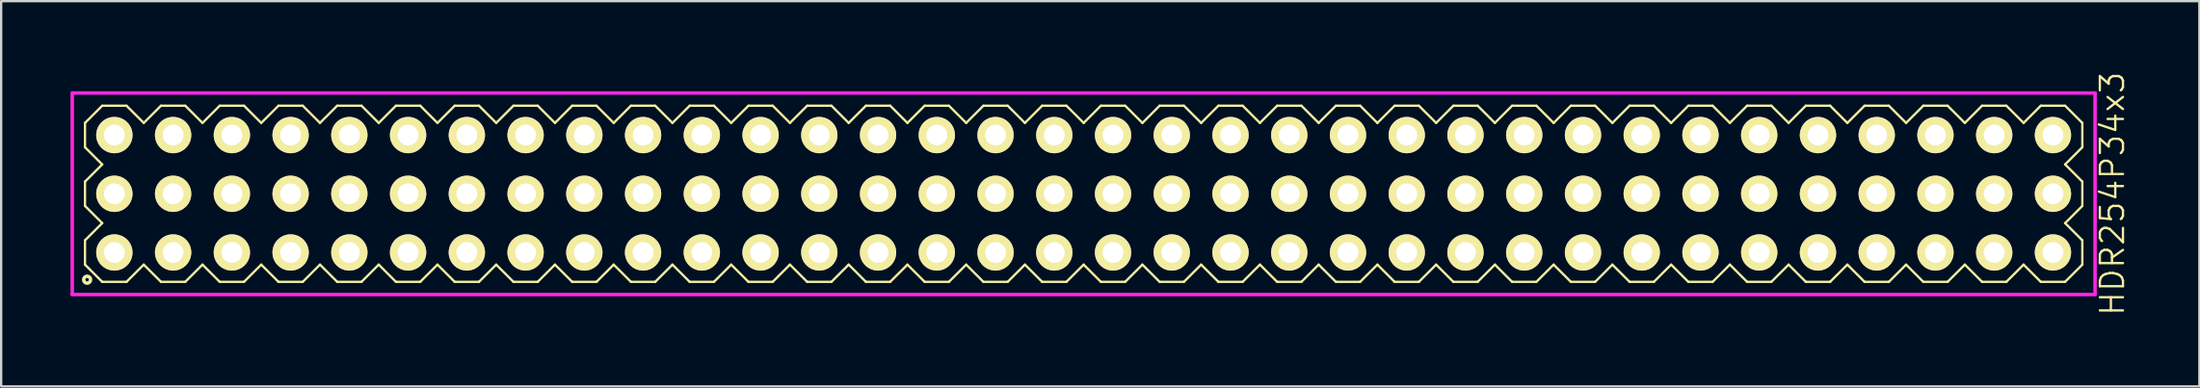
<source format=kicad_pcb>
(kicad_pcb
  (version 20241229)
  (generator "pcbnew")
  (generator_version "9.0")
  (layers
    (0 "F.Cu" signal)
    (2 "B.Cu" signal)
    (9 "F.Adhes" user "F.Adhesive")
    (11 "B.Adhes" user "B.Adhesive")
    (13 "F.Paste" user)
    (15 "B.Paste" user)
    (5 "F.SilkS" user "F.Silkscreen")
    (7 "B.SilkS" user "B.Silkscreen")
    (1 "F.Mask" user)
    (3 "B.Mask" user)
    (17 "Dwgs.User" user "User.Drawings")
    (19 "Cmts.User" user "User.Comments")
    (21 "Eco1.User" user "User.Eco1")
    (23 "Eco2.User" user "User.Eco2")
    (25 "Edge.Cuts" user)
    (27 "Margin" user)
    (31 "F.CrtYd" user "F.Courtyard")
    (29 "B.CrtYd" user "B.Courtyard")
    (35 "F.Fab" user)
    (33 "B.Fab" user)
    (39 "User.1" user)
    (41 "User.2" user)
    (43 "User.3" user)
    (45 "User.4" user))
  (footprint "HDR254P34x3"
    (layer "F.Cu")
    (at 43.805 5.336)
    (property "Reference" "HDR254P34x3" (at 44.48 0 90) (layer "F.SilkS") (effects (font (size 1 1) (thickness 0.1))))
    (attr through_hole)
    (fp_line (start -43.18 -3.066) (end -42.436 -3.81) (stroke (width 0.1) (type solid)) (layer "F.SilkS"))
    (fp_line (start -43.18 -2.014) (end -43.18 -3.066) (stroke (width 0.1) (type solid)) (layer "F.SilkS"))
    (fp_line (start -43.18 -0.526) (end -42.436 -1.27) (stroke (width 0.1) (type solid)) (layer "F.SilkS"))
    (fp_line (start -43.18 0.526) (end -43.18 -0.526) (stroke (width 0.1) (type solid)) (layer "F.SilkS"))
    (fp_line (start -43.18 2.014) (end -42.436 1.27) (stroke (width 0.1) (type solid)) (layer "F.SilkS"))
    (fp_line (start -43.18 3.066) (end -43.18 2.014) (stroke (width 0.1) (type solid)) (layer "F.SilkS"))
    (fp_line (start -42.436 -3.81) (end -41.384 -3.81) (stroke (width 0.1) (type solid)) (layer "F.SilkS"))
    (fp_line (start -42.436 -1.27) (end -43.18 -2.014) (stroke (width 0.1) (type solid)) (layer "F.SilkS"))
    (fp_line (start -42.436 1.27) (end -43.18 0.526) (stroke (width 0.1) (type solid)) (layer "F.SilkS"))
    (fp_line (start -42.436 3.81) (end -43.18 3.066) (stroke (width 0.1) (type solid)) (layer "F.SilkS"))
    (fp_line (start -41.384 -3.81) (end -40.64 -3.066) (stroke (width 0.1) (type solid)) (layer "F.SilkS"))
    (fp_line (start -41.384 3.81) (end -42.436 3.81) (stroke (width 0.1) (type solid)) (layer "F.SilkS"))
    (fp_line (start -40.64 -3.066) (end -39.896 -3.81) (stroke (width 0.1) (type solid)) (layer "F.SilkS"))
    (fp_line (start -40.64 3.066) (end -41.384 3.81) (stroke (width 0.1) (type solid)) (layer "F.SilkS"))
    (fp_line (start -39.896 -3.81) (end -38.844 -3.81) (stroke (width 0.1) (type solid)) (layer "F.SilkS"))
    (fp_line (start -39.896 3.81) (end -40.64 3.066) (stroke (width 0.1) (type solid)) (layer "F.SilkS"))
    (fp_line (start -38.844 -3.81) (end -38.1 -3.066) (stroke (width 0.1) (type solid)) (layer "F.SilkS"))
    (fp_line (start -38.844 3.81) (end -39.896 3.81) (stroke (width 0.1) (type solid)) (layer "F.SilkS"))
    (fp_line (start -38.1 -3.066) (end -37.356 -3.81) (stroke (width 0.1) (type solid)) (layer "F.SilkS"))
    (fp_line (start -38.1 3.066) (end -38.844 3.81) (stroke (width 0.1) (type solid)) (layer "F.SilkS"))
    (fp_line (start -37.356 -3.81) (end -36.304 -3.81) (stroke (width 0.1) (type solid)) (layer "F.SilkS"))
    (fp_line (start -37.356 3.81) (end -38.1 3.066) (stroke (width 0.1) (type solid)) (layer "F.SilkS"))
    (fp_line (start -36.304 -3.81) (end -35.56 -3.066) (stroke (width 0.1) (type solid)) (layer "F.SilkS"))
    (fp_line (start -36.304 3.81) (end -37.356 3.81) (stroke (width 0.1) (type solid)) (layer "F.SilkS"))
    (fp_line (start -35.56 -3.066) (end -34.816 -3.81) (stroke (width 0.1) (type solid)) (layer "F.SilkS"))
    (fp_line (start -35.56 3.066) (end -36.304 3.81) (stroke (width 0.1) (type solid)) (layer "F.SilkS"))
    (fp_line (start -34.816 -3.81) (end -33.764 -3.81) (stroke (width 0.1) (type solid)) (layer "F.SilkS"))
    (fp_line (start -34.816 3.81) (end -35.56 3.066) (stroke (width 0.1) (type solid)) (layer "F.SilkS"))
    (fp_line (start -33.764 -3.81) (end -33.02 -3.066) (stroke (width 0.1) (type solid)) (layer "F.SilkS"))
    (fp_line (start -33.764 3.81) (end -34.816 3.81) (stroke (width 0.1) (type solid)) (layer "F.SilkS"))
    (fp_line (start -33.02 -3.066) (end -32.276 -3.81) (stroke (width 0.1) (type solid)) (layer "F.SilkS"))
    (fp_line (start -33.02 3.066) (end -33.764 3.81) (stroke (width 0.1) (type solid)) (layer "F.SilkS"))
    (fp_line (start -32.276 -3.81) (end -31.224 -3.81) (stroke (width 0.1) (type solid)) (layer "F.SilkS"))
    (fp_line (start -32.276 3.81) (end -33.02 3.066) (stroke (width 0.1) (type solid)) (layer "F.SilkS"))
    (fp_line (start -31.224 -3.81) (end -30.48 -3.066) (stroke (width 0.1) (type solid)) (layer "F.SilkS"))
    (fp_line (start -31.224 3.81) (end -32.276 3.81) (stroke (width 0.1) (type solid)) (layer "F.SilkS"))
    (fp_line (start -30.48 -3.066) (end -29.736 -3.81) (stroke (width 0.1) (type solid)) (layer "F.SilkS"))
    (fp_line (start -30.48 3.066) (end -31.224 3.81) (stroke (width 0.1) (type solid)) (layer "F.SilkS"))
    (fp_line (start -29.736 -3.81) (end -28.684 -3.81) (stroke (width 0.1) (type solid)) (layer "F.SilkS"))
    (fp_line (start -29.736 3.81) (end -30.48 3.066) (stroke (width 0.1) (type solid)) (layer "F.SilkS"))
    (fp_line (start -28.684 -3.81) (end -27.94 -3.066) (stroke (width 0.1) (type solid)) (layer "F.SilkS"))
    (fp_line (start -28.684 3.81) (end -29.736 3.81) (stroke (width 0.1) (type solid)) (layer "F.SilkS"))
    (fp_line (start -27.94 -3.066) (end -27.196 -3.81) (stroke (width 0.1) (type solid)) (layer "F.SilkS"))
    (fp_line (start -27.94 3.066) (end -28.684 3.81) (stroke (width 0.1) (type solid)) (layer "F.SilkS"))
    (fp_line (start -27.196 -3.81) (end -26.144 -3.81) (stroke (width 0.1) (type solid)) (layer "F.SilkS"))
    (fp_line (start -27.196 3.81) (end -27.94 3.066) (stroke (width 0.1) (type solid)) (layer "F.SilkS"))
    (fp_line (start -26.144 -3.81) (end -25.4 -3.066) (stroke (width 0.1) (type solid)) (layer "F.SilkS"))
    (fp_line (start -26.144 3.81) (end -27.196 3.81) (stroke (width 0.1) (type solid)) (layer "F.SilkS"))
    (fp_line (start -25.4 -3.066) (end -24.656 -3.81) (stroke (width 0.1) (type solid)) (layer "F.SilkS"))
    (fp_line (start -25.4 3.066) (end -26.144 3.81) (stroke (width 0.1) (type solid)) (layer "F.SilkS"))
    (fp_line (start -24.656 -3.81) (end -23.604 -3.81) (stroke (width 0.1) (type solid)) (layer "F.SilkS"))
    (fp_line (start -24.656 3.81) (end -25.4 3.066) (stroke (width 0.1) (type solid)) (layer "F.SilkS"))
    (fp_line (start -23.604 -3.81) (end -22.86 -3.066) (stroke (width 0.1) (type solid)) (layer "F.SilkS"))
    (fp_line (start -23.604 3.81) (end -24.656 3.81) (stroke (width 0.1) (type solid)) (layer "F.SilkS"))
    (fp_line (start -22.86 -3.066) (end -22.116 -3.81) (stroke (width 0.1) (type solid)) (layer "F.SilkS"))
    (fp_line (start -22.86 3.066) (end -23.604 3.81) (stroke (width 0.1) (type solid)) (layer "F.SilkS"))
    (fp_line (start -22.116 -3.81) (end -21.064 -3.81) (stroke (width 0.1) (type solid)) (layer "F.SilkS"))
    (fp_line (start -22.116 3.81) (end -22.86 3.066) (stroke (width 0.1) (type solid)) (layer "F.SilkS"))
    (fp_line (start -21.064 -3.81) (end -20.32 -3.066) (stroke (width 0.1) (type solid)) (layer "F.SilkS"))
    (fp_line (start -21.064 3.81) (end -22.116 3.81) (stroke (width 0.1) (type solid)) (layer "F.SilkS"))
    (fp_line (start -20.32 -3.066) (end -19.576 -3.81) (stroke (width 0.1) (type solid)) (layer "F.SilkS"))
    (fp_line (start -20.32 3.066) (end -21.064 3.81) (stroke (width 0.1) (type solid)) (layer "F.SilkS"))
    (fp_line (start -19.576 -3.81) (end -18.524 -3.81) (stroke (width 0.1) (type solid)) (layer "F.SilkS"))
    (fp_line (start -19.576 3.81) (end -20.32 3.066) (stroke (width 0.1) (type solid)) (layer "F.SilkS"))
    (fp_line (start -18.524 -3.81) (end -17.78 -3.066) (stroke (width 0.1) (type solid)) (layer "F.SilkS"))
    (fp_line (start -18.524 3.81) (end -19.576 3.81) (stroke (width 0.1) (type solid)) (layer "F.SilkS"))
    (fp_line (start -17.78 -3.066) (end -17.036 -3.81) (stroke (width 0.1) (type solid)) (layer "F.SilkS"))
    (fp_line (start -17.78 3.066) (end -18.524 3.81) (stroke (width 0.1) (type solid)) (layer "F.SilkS"))
    (fp_line (start -17.036 -3.81) (end -15.984 -3.81) (stroke (width 0.1) (type solid)) (layer "F.SilkS"))
    (fp_line (start -17.036 3.81) (end -17.78 3.066) (stroke (width 0.1) (type solid)) (layer "F.SilkS"))
    (fp_line (start -15.984 -3.81) (end -15.24 -3.066) (stroke (width 0.1) (type solid)) (layer "F.SilkS"))
    (fp_line (start -15.984 3.81) (end -17.036 3.81) (stroke (width 0.1) (type solid)) (layer "F.SilkS"))
    (fp_line (start -15.24 -3.066) (end -14.496 -3.81) (stroke (width 0.1) (type solid)) (layer "F.SilkS"))
    (fp_line (start -15.24 3.066) (end -15.984 3.81) (stroke (width 0.1) (type solid)) (layer "F.SilkS"))
    (fp_line (start -14.496 -3.81) (end -13.444 -3.81) (stroke (width 0.1) (type solid)) (layer "F.SilkS"))
    (fp_line (start -14.496 3.81) (end -15.24 3.066) (stroke (width 0.1) (type solid)) (layer "F.SilkS"))
    (fp_line (start -13.444 -3.81) (end -12.7 -3.066) (stroke (width 0.1) (type solid)) (layer "F.SilkS"))
    (fp_line (start -13.444 3.81) (end -14.496 3.81) (stroke (width 0.1) (type solid)) (layer "F.SilkS"))
    (fp_line (start -12.7 -3.066) (end -11.956 -3.81) (stroke (width 0.1) (type solid)) (layer "F.SilkS"))
    (fp_line (start -12.7 3.066) (end -13.444 3.81) (stroke (width 0.1) (type solid)) (layer "F.SilkS"))
    (fp_line (start -11.956 -3.81) (end -10.904 -3.81) (stroke (width 0.1) (type solid)) (layer "F.SilkS"))
    (fp_line (start -11.956 3.81) (end -12.7 3.066) (stroke (width 0.1) (type solid)) (layer "F.SilkS"))
    (fp_line (start -10.904 -3.81) (end -10.16 -3.066) (stroke (width 0.1) (type solid)) (layer "F.SilkS"))
    (fp_line (start -10.904 3.81) (end -11.956 3.81) (stroke (width 0.1) (type solid)) (layer "F.SilkS"))
    (fp_line (start -10.16 -3.066) (end -9.416 -3.81) (stroke (width 0.1) (type solid)) (layer "F.SilkS"))
    (fp_line (start -10.16 3.066) (end -10.904 3.81) (stroke (width 0.1) (type solid)) (layer "F.SilkS"))
    (fp_line (start -9.416 -3.81) (end -8.364 -3.81) (stroke (width 0.1) (type solid)) (layer "F.SilkS"))
    (fp_line (start -9.416 3.81) (end -10.16 3.066) (stroke (width 0.1) (type solid)) (layer "F.SilkS"))
    (fp_line (start -8.364 -3.81) (end -7.62 -3.066) (stroke (width 0.1) (type solid)) (layer "F.SilkS"))
    (fp_line (start -8.364 3.81) (end -9.416 3.81) (stroke (width 0.1) (type solid)) (layer "F.SilkS"))
    (fp_line (start -7.62 -3.066) (end -6.876 -3.81) (stroke (width 0.1) (type solid)) (layer "F.SilkS"))
    (fp_line (start -7.62 3.066) (end -8.364 3.81) (stroke (width 0.1) (type solid)) (layer "F.SilkS"))
    (fp_line (start -6.876 -3.81) (end -5.824 -3.81) (stroke (width 0.1) (type solid)) (layer "F.SilkS"))
    (fp_line (start -6.876 3.81) (end -7.62 3.066) (stroke (width 0.1) (type solid)) (layer "F.SilkS"))
    (fp_line (start -5.824 -3.81) (end -5.08 -3.066) (stroke (width 0.1) (type solid)) (layer "F.SilkS"))
    (fp_line (start -5.824 3.81) (end -6.876 3.81) (stroke (width 0.1) (type solid)) (layer "F.SilkS"))
    (fp_line (start -5.08 -3.066) (end -4.336 -3.81) (stroke (width 0.1) (type solid)) (layer "F.SilkS"))
    (fp_line (start -5.08 3.066) (end -5.824 3.81) (stroke (width 0.1) (type solid)) (layer "F.SilkS"))
    (fp_line (start -4.336 -3.81) (end -3.284 -3.81) (stroke (width 0.1) (type solid)) (layer "F.SilkS"))
    (fp_line (start -4.336 3.81) (end -5.08 3.066) (stroke (width 0.1) (type solid)) (layer "F.SilkS"))
    (fp_line (start -3.284 -3.81) (end -2.54 -3.066) (stroke (width 0.1) (type solid)) (layer "F.SilkS"))
    (fp_line (start -3.284 3.81) (end -4.336 3.81) (stroke (width 0.1) (type solid)) (layer "F.SilkS"))
    (fp_line (start -2.54 -3.066) (end -1.796 -3.81) (stroke (width 0.1) (type solid)) (layer "F.SilkS"))
    (fp_line (start -2.54 3.066) (end -3.284 3.81) (stroke (width 0.1) (type solid)) (layer "F.SilkS"))
    (fp_line (start -1.796 -3.81) (end -0.744 -3.81) (stroke (width 0.1) (type solid)) (layer "F.SilkS"))
    (fp_line (start -1.796 3.81) (end -2.54 3.066) (stroke (width 0.1) (type solid)) (layer "F.SilkS"))
    (fp_line (start -0.744 -3.81) (end 0 -3.066) (stroke (width 0.1) (type solid)) (layer "F.SilkS"))
    (fp_line (start -0.744 3.81) (end -1.796 3.81) (stroke (width 0.1) (type solid)) (layer "F.SilkS"))
    (fp_line (start 0 -3.066) (end 0.744 -3.81) (stroke (width 0.1) (type solid)) (layer "F.SilkS"))
    (fp_line (start 0 3.066) (end -0.744 3.81) (stroke (width 0.1) (type solid)) (layer "F.SilkS"))
    (fp_line (start 0.744 -3.81) (end 1.796 -3.81) (stroke (width 0.1) (type solid)) (layer "F.SilkS"))
    (fp_line (start 0.744 3.81) (end 0 3.066) (stroke (width 0.1) (type solid)) (layer "F.SilkS"))
    (fp_line (start 1.796 -3.81) (end 2.54 -3.066) (stroke (width 0.1) (type solid)) (layer "F.SilkS"))
    (fp_line (start 1.796 3.81) (end 0.744 3.81) (stroke (width 0.1) (type solid)) (layer "F.SilkS"))
    (fp_line (start 2.54 -3.066) (end 3.284 -3.81) (stroke (width 0.1) (type solid)) (layer "F.SilkS"))
    (fp_line (start 2.54 3.066) (end 1.796 3.81) (stroke (width 0.1) (type solid)) (layer "F.SilkS"))
    (fp_line (start 3.284 -3.81) (end 4.336 -3.81) (stroke (width 0.1) (type solid)) (layer "F.SilkS"))
    (fp_line (start 3.284 3.81) (end 2.54 3.066) (stroke (width 0.1) (type solid)) (layer "F.SilkS"))
    (fp_line (start 4.336 -3.81) (end 5.08 -3.066) (stroke (width 0.1) (type solid)) (layer "F.SilkS"))
    (fp_line (start 4.336 3.81) (end 3.284 3.81) (stroke (width 0.1) (type solid)) (layer "F.SilkS"))
    (fp_line (start 5.08 -3.066) (end 5.824 -3.81) (stroke (width 0.1) (type solid)) (layer "F.SilkS"))
    (fp_line (start 5.08 3.066) (end 4.336 3.81) (stroke (width 0.1) (type solid)) (layer "F.SilkS"))
    (fp_line (start 5.824 -3.81) (end 6.876 -3.81) (stroke (width 0.1) (type solid)) (layer "F.SilkS"))
    (fp_line (start 5.824 3.81) (end 5.08 3.066) (stroke (width 0.1) (type solid)) (layer "F.SilkS"))
    (fp_line (start 6.876 -3.81) (end 7.62 -3.066) (stroke (width 0.1) (type solid)) (layer "F.SilkS"))
    (fp_line (start 6.876 3.81) (end 5.824 3.81) (stroke (width 0.1) (type solid)) (layer "F.SilkS"))
    (fp_line (start 7.62 -3.066) (end 8.364 -3.81) (stroke (width 0.1) (type solid)) (layer "F.SilkS"))
    (fp_line (start 7.62 3.066) (end 6.876 3.81) (stroke (width 0.1) (type solid)) (layer "F.SilkS"))
    (fp_line (start 8.364 -3.81) (end 9.416 -3.81) (stroke (width 0.1) (type solid)) (layer "F.SilkS"))
    (fp_line (start 8.364 3.81) (end 7.62 3.066) (stroke (width 0.1) (type solid)) (layer "F.SilkS"))
    (fp_line (start 9.416 -3.81) (end 10.16 -3.066) (stroke (width 0.1) (type solid)) (layer "F.SilkS"))
    (fp_line (start 9.416 3.81) (end 8.364 3.81) (stroke (width 0.1) (type solid)) (layer "F.SilkS"))
    (fp_line (start 10.16 -3.066) (end 10.904 -3.81) (stroke (width 0.1) (type solid)) (layer "F.SilkS"))
    (fp_line (start 10.16 3.066) (end 9.416 3.81) (stroke (width 0.1) (type solid)) (layer "F.SilkS"))
    (fp_line (start 10.904 -3.81) (end 11.956 -3.81) (stroke (width 0.1) (type solid)) (layer "F.SilkS"))
    (fp_line (start 10.904 3.81) (end 10.16 3.066) (stroke (width 0.1) (type solid)) (layer "F.SilkS"))
    (fp_line (start 11.956 -3.81) (end 12.7 -3.066) (stroke (width 0.1) (type solid)) (layer "F.SilkS"))
    (fp_line (start 11.956 3.81) (end 10.904 3.81) (stroke (width 0.1) (type solid)) (layer "F.SilkS"))
    (fp_line (start 12.7 -3.066) (end 13.444 -3.81) (stroke (width 0.1) (type solid)) (layer "F.SilkS"))
    (fp_line (start 12.7 3.066) (end 11.956 3.81) (stroke (width 0.1) (type solid)) (layer "F.SilkS"))
    (fp_line (start 13.444 -3.81) (end 14.496 -3.81) (stroke (width 0.1) (type solid)) (layer "F.SilkS"))
    (fp_line (start 13.444 3.81) (end 12.7 3.066) (stroke (width 0.1) (type solid)) (layer "F.SilkS"))
    (fp_line (start 14.496 -3.81) (end 15.24 -3.066) (stroke (width 0.1) (type solid)) (layer "F.SilkS"))
    (fp_line (start 14.496 3.81) (end 13.444 3.81) (stroke (width 0.1) (type solid)) (layer "F.SilkS"))
    (fp_line (start 15.24 -3.066) (end 15.984 -3.81) (stroke (width 0.1) (type solid)) (layer "F.SilkS"))
    (fp_line (start 15.24 3.066) (end 14.496 3.81) (stroke (width 0.1) (type solid)) (layer "F.SilkS"))
    (fp_line (start 15.984 -3.81) (end 17.036 -3.81) (stroke (width 0.1) (type solid)) (layer "F.SilkS"))
    (fp_line (start 15.984 3.81) (end 15.24 3.066) (stroke (width 0.1) (type solid)) (layer "F.SilkS"))
    (fp_line (start 17.036 -3.81) (end 17.78 -3.066) (stroke (width 0.1) (type solid)) (layer "F.SilkS"))
    (fp_line (start 17.036 3.81) (end 15.984 3.81) (stroke (width 0.1) (type solid)) (layer "F.SilkS"))
    (fp_line (start 17.78 -3.066) (end 18.524 -3.81) (stroke (width 0.1) (type solid)) (layer "F.SilkS"))
    (fp_line (start 17.78 3.066) (end 17.036 3.81) (stroke (width 0.1) (type solid)) (layer "F.SilkS"))
    (fp_line (start 18.524 -3.81) (end 19.576 -3.81) (stroke (width 0.1) (type solid)) (layer "F.SilkS"))
    (fp_line (start 18.524 3.81) (end 17.78 3.066) (stroke (width 0.1) (type solid)) (layer "F.SilkS"))
    (fp_line (start 19.576 -3.81) (end 20.32 -3.066) (stroke (width 0.1) (type solid)) (layer "F.SilkS"))
    (fp_line (start 19.576 3.81) (end 18.524 3.81) (stroke (width 0.1) (type solid)) (layer "F.SilkS"))
    (fp_line (start 20.32 -3.066) (end 21.064 -3.81) (stroke (width 0.1) (type solid)) (layer "F.SilkS"))
    (fp_line (start 20.32 3.066) (end 19.576 3.81) (stroke (width 0.1) (type solid)) (layer "F.SilkS"))
    (fp_line (start 21.064 -3.81) (end 22.116 -3.81) (stroke (width 0.1) (type solid)) (layer "F.SilkS"))
    (fp_line (start 21.064 3.81) (end 20.32 3.066) (stroke (width 0.1) (type solid)) (layer "F.SilkS"))
    (fp_line (start 22.116 -3.81) (end 22.86 -3.066) (stroke (width 0.1) (type solid)) (layer "F.SilkS"))
    (fp_line (start 22.116 3.81) (end 21.064 3.81) (stroke (width 0.1) (type solid)) (layer "F.SilkS"))
    (fp_line (start 22.86 -3.066) (end 23.604 -3.81) (stroke (width 0.1) (type solid)) (layer "F.SilkS"))
    (fp_line (start 22.86 3.066) (end 22.116 3.81) (stroke (width 0.1) (type solid)) (layer "F.SilkS"))
    (fp_line (start 23.604 -3.81) (end 24.656 -3.81) (stroke (width 0.1) (type solid)) (layer "F.SilkS"))
    (fp_line (start 23.604 3.81) (end 22.86 3.066) (stroke (width 0.1) (type solid)) (layer "F.SilkS"))
    (fp_line (start 24.656 -3.81) (end 25.4 -3.066) (stroke (width 0.1) (type solid)) (layer "F.SilkS"))
    (fp_line (start 24.656 3.81) (end 23.604 3.81) (stroke (width 0.1) (type solid)) (layer "F.SilkS"))
    (fp_line (start 25.4 -3.066) (end 26.144 -3.81) (stroke (width 0.1) (type solid)) (layer "F.SilkS"))
    (fp_line (start 25.4 3.066) (end 24.656 3.81) (stroke (width 0.1) (type solid)) (layer "F.SilkS"))
    (fp_line (start 26.144 -3.81) (end 27.196 -3.81) (stroke (width 0.1) (type solid)) (layer "F.SilkS"))
    (fp_line (start 26.144 3.81) (end 25.4 3.066) (stroke (width 0.1) (type solid)) (layer "F.SilkS"))
    (fp_line (start 27.196 -3.81) (end 27.94 -3.066) (stroke (width 0.1) (type solid)) (layer "F.SilkS"))
    (fp_line (start 27.196 3.81) (end 26.144 3.81) (stroke (width 0.1) (type solid)) (layer "F.SilkS"))
    (fp_line (start 27.94 -3.066) (end 28.684 -3.81) (stroke (width 0.1) (type solid)) (layer "F.SilkS"))
    (fp_line (start 27.94 3.066) (end 27.196 3.81) (stroke (width 0.1) (type solid)) (layer "F.SilkS"))
    (fp_line (start 28.684 -3.81) (end 29.736 -3.81) (stroke (width 0.1) (type solid)) (layer "F.SilkS"))
    (fp_line (start 28.684 3.81) (end 27.94 3.066) (stroke (width 0.1) (type solid)) (layer "F.SilkS"))
    (fp_line (start 29.736 -3.81) (end 30.48 -3.066) (stroke (width 0.1) (type solid)) (layer "F.SilkS"))
    (fp_line (start 29.736 3.81) (end 28.684 3.81) (stroke (width 0.1) (type solid)) (layer "F.SilkS"))
    (fp_line (start 30.48 -3.066) (end 31.224 -3.81) (stroke (width 0.1) (type solid)) (layer "F.SilkS"))
    (fp_line (start 30.48 3.066) (end 29.736 3.81) (stroke (width 0.1) (type solid)) (layer "F.SilkS"))
    (fp_line (start 31.224 -3.81) (end 32.276 -3.81) (stroke (width 0.1) (type solid)) (layer "F.SilkS"))
    (fp_line (start 31.224 3.81) (end 30.48 3.066) (stroke (width 0.1) (type solid)) (layer "F.SilkS"))
    (fp_line (start 32.276 -3.81) (end 33.02 -3.066) (stroke (width 0.1) (type solid)) (layer "F.SilkS"))
    (fp_line (start 32.276 3.81) (end 31.224 3.81) (stroke (width 0.1) (type solid)) (layer "F.SilkS"))
    (fp_line (start 33.02 -3.066) (end 33.764 -3.81) (stroke (width 0.1) (type solid)) (layer "F.SilkS"))
    (fp_line (start 33.02 3.066) (end 32.276 3.81) (stroke (width 0.1) (type solid)) (layer "F.SilkS"))
    (fp_line (start 33.764 -3.81) (end 34.816 -3.81) (stroke (width 0.1) (type solid)) (layer "F.SilkS"))
    (fp_line (start 33.764 3.81) (end 33.02 3.066) (stroke (width 0.1) (type solid)) (layer "F.SilkS"))
    (fp_line (start 34.816 -3.81) (end 35.56 -3.066) (stroke (width 0.1) (type solid)) (layer "F.SilkS"))
    (fp_line (start 34.816 3.81) (end 33.764 3.81) (stroke (width 0.1) (type solid)) (layer "F.SilkS"))
    (fp_line (start 35.56 -3.066) (end 36.304 -3.81) (stroke (width 0.1) (type solid)) (layer "F.SilkS"))
    (fp_line (start 35.56 3.066) (end 34.816 3.81) (stroke (width 0.1) (type solid)) (layer "F.SilkS"))
    (fp_line (start 36.304 -3.81) (end 37.356 -3.81) (stroke (width 0.1) (type solid)) (layer "F.SilkS"))
    (fp_line (start 36.304 3.81) (end 35.56 3.066) (stroke (width 0.1) (type solid)) (layer "F.SilkS"))
    (fp_line (start 37.356 -3.81) (end 38.1 -3.066) (stroke (width 0.1) (type solid)) (layer "F.SilkS"))
    (fp_line (start 37.356 3.81) (end 36.304 3.81) (stroke (width 0.1) (type solid)) (layer "F.SilkS"))
    (fp_line (start 38.1 -3.066) (end 38.844 -3.81) (stroke (width 0.1) (type solid)) (layer "F.SilkS"))
    (fp_line (start 38.1 3.066) (end 37.356 3.81) (stroke (width 0.1) (type solid)) (layer "F.SilkS"))
    (fp_line (start 38.844 -3.81) (end 39.896 -3.81) (stroke (width 0.1) (type solid)) (layer "F.SilkS"))
    (fp_line (start 38.844 3.81) (end 38.1 3.066) (stroke (width 0.1) (type solid)) (layer "F.SilkS"))
    (fp_line (start 39.896 -3.81) (end 40.64 -3.066) (stroke (width 0.1) (type solid)) (layer "F.SilkS"))
    (fp_line (start 39.896 3.81) (end 38.844 3.81) (stroke (width 0.1) (type solid)) (layer "F.SilkS"))
    (fp_line (start 40.64 -3.066) (end 41.384 -3.81) (stroke (width 0.1) (type solid)) (layer "F.SilkS"))
    (fp_line (start 40.64 3.066) (end 39.896 3.81) (stroke (width 0.1) (type solid)) (layer "F.SilkS"))
    (fp_line (start 41.384 -3.81) (end 42.436 -3.81) (stroke (width 0.1) (type solid)) (layer "F.SilkS"))
    (fp_line (start 41.384 3.81) (end 40.64 3.066) (stroke (width 0.1) (type solid)) (layer "F.SilkS"))
    (fp_line (start 42.436 -3.81) (end 43.18 -3.066) (stroke (width 0.1) (type solid)) (layer "F.SilkS"))
    (fp_line (start 42.436 -1.27) (end 43.18 -0.526) (stroke (width 0.1) (type solid)) (layer "F.SilkS"))
    (fp_line (start 42.436 1.27) (end 43.18 2.014) (stroke (width 0.1) (type solid)) (layer "F.SilkS"))
    (fp_line (start 42.436 3.81) (end 41.384 3.81) (stroke (width 0.1) (type solid)) (layer "F.SilkS"))
    (fp_line (start 43.18 -3.066) (end 43.18 -2.014) (stroke (width 0.1) (type solid)) (layer "F.SilkS"))
    (fp_line (start 43.18 -2.014) (end 42.436 -1.27) (stroke (width 0.1) (type solid)) (layer "F.SilkS"))
    (fp_line (start 43.18 -0.526) (end 43.18 0.526) (stroke (width 0.1) (type solid)) (layer "F.SilkS"))
    (fp_line (start 43.18 0.526) (end 42.436 1.27) (stroke (width 0.1) (type solid)) (layer "F.SilkS"))
    (fp_line (start 43.18 2.014) (end 43.18 3.066) (stroke (width 0.1) (type solid)) (layer "F.SilkS"))
    (fp_line (start 43.18 3.066) (end 42.436 3.81) (stroke (width 0.1) (type solid)) (layer "F.SilkS"))
    (fp_circle (center -43.088 3.718) (end -42.938 3.718) (stroke (width 0.15) (type solid)) (fill no) (layer "F.SilkS"))
    (fp_line (start -43.73 -4.36) (end -43.73 4.36) (stroke (width 0.15) (type solid)) (layer "F.CrtYd"))
    (fp_line (start -43.73 4.36) (end 43.73 4.36) (stroke (width 0.15) (type solid)) (layer "F.CrtYd"))
    (fp_line (start 43.73 -4.36) (end -43.73 -4.36) (stroke (width 0.15) (type solid)) (layer "F.CrtYd"))
    (fp_line (start 43.73 4.36) (end 43.73 -4.36) (stroke (width 0.15) (type solid)) (layer "F.CrtYd"))
    (pad "1" thru_hole oval (at -41.91 2.54) (size 1.57 1.57) (drill 0.9) (layers "*.Cu" "*.Mask" "F.SilkS"))
    (pad "2" thru_hole oval (at -41.91 0) (size 1.57 1.57) (drill 0.9) (layers "*.Cu" "*.Mask" "F.SilkS"))
    (pad "3" thru_hole oval (at -41.91 -2.54) (size 1.57 1.57) (drill 0.9) (layers "*.Cu" "*.Mask" "F.SilkS"))
    (pad "4" thru_hole oval (at -39.37 2.54) (size 1.57 1.57) (drill 0.9) (layers "*.Cu" "*.Mask" "F.SilkS"))
    (pad "5" thru_hole oval (at -39.37 0) (size 1.57 1.57) (drill 0.9) (layers "*.Cu" "*.Mask" "F.SilkS"))
    (pad "6" thru_hole oval (at -39.37 -2.54) (size 1.57 1.57) (drill 0.9) (layers "*.Cu" "*.Mask" "F.SilkS"))
    (pad "7" thru_hole oval (at -36.83 2.54) (size 1.57 1.57) (drill 0.9) (layers "*.Cu" "*.Mask" "F.SilkS"))
    (pad "8" thru_hole oval (at -36.83 0) (size 1.57 1.57) (drill 0.9) (layers "*.Cu" "*.Mask" "F.SilkS"))
    (pad "9" thru_hole oval (at -36.83 -2.54) (size 1.57 1.57) (drill 0.9) (layers "*.Cu" "*.Mask" "F.SilkS"))
    (pad "10" thru_hole oval (at -34.29 2.54) (size 1.57 1.57) (drill 0.9) (layers "*.Cu" "*.Mask" "F.SilkS"))
    (pad "11" thru_hole oval (at -34.29 0) (size 1.57 1.57) (drill 0.9) (layers "*.Cu" "*.Mask" "F.SilkS"))
    (pad "12" thru_hole oval (at -34.29 -2.54) (size 1.57 1.57) (drill 0.9) (layers "*.Cu" "*.Mask" "F.SilkS"))
    (pad "13" thru_hole oval (at -31.75 2.54) (size 1.57 1.57) (drill 0.9) (layers "*.Cu" "*.Mask" "F.SilkS"))
    (pad "14" thru_hole oval (at -31.75 0) (size 1.57 1.57) (drill 0.9) (layers "*.Cu" "*.Mask" "F.SilkS"))
    (pad "15" thru_hole oval (at -31.75 -2.54) (size 1.57 1.57) (drill 0.9) (layers "*.Cu" "*.Mask" "F.SilkS"))
    (pad "16" thru_hole oval (at -29.21 2.54) (size 1.57 1.57) (drill 0.9) (layers "*.Cu" "*.Mask" "F.SilkS"))
    (pad "17" thru_hole oval (at -29.21 0) (size 1.57 1.57) (drill 0.9) (layers "*.Cu" "*.Mask" "F.SilkS"))
    (pad "18" thru_hole oval (at -29.21 -2.54) (size 1.57 1.57) (drill 0.9) (layers "*.Cu" "*.Mask" "F.SilkS"))
    (pad "19" thru_hole oval (at -26.67 2.54) (size 1.57 1.57) (drill 0.9) (layers "*.Cu" "*.Mask" "F.SilkS"))
    (pad "20" thru_hole oval (at -26.67 0) (size 1.57 1.57) (drill 0.9) (layers "*.Cu" "*.Mask" "F.SilkS"))
    (pad "21" thru_hole oval (at -26.67 -2.54) (size 1.57 1.57) (drill 0.9) (layers "*.Cu" "*.Mask" "F.SilkS"))
    (pad "22" thru_hole oval (at -24.13 2.54) (size 1.57 1.57) (drill 0.9) (layers "*.Cu" "*.Mask" "F.SilkS"))
    (pad "23" thru_hole oval (at -24.13 0) (size 1.57 1.57) (drill 0.9) (layers "*.Cu" "*.Mask" "F.SilkS"))
    (pad "24" thru_hole oval (at -24.13 -2.54) (size 1.57 1.57) (drill 0.9) (layers "*.Cu" "*.Mask" "F.SilkS"))
    (pad "25" thru_hole oval (at -21.59 2.54) (size 1.57 1.57) (drill 0.9) (layers "*.Cu" "*.Mask" "F.SilkS"))
    (pad "26" thru_hole oval (at -21.59 0) (size 1.57 1.57) (drill 0.9) (layers "*.Cu" "*.Mask" "F.SilkS"))
    (pad "27" thru_hole oval (at -21.59 -2.54) (size 1.57 1.57) (drill 0.9) (layers "*.Cu" "*.Mask" "F.SilkS"))
    (pad "28" thru_hole oval (at -19.05 2.54) (size 1.57 1.57) (drill 0.9) (layers "*.Cu" "*.Mask" "F.SilkS"))
    (pad "29" thru_hole oval (at -19.05 0) (size 1.57 1.57) (drill 0.9) (layers "*.Cu" "*.Mask" "F.SilkS"))
    (pad "30" thru_hole oval (at -19.05 -2.54) (size 1.57 1.57) (drill 0.9) (layers "*.Cu" "*.Mask" "F.SilkS"))
    (pad "31" thru_hole oval (at -16.51 2.54) (size 1.57 1.57) (drill 0.9) (layers "*.Cu" "*.Mask" "F.SilkS"))
    (pad "32" thru_hole oval (at -16.51 0) (size 1.57 1.57) (drill 0.9) (layers "*.Cu" "*.Mask" "F.SilkS"))
    (pad "33" thru_hole oval (at -16.51 -2.54) (size 1.57 1.57) (drill 0.9) (layers "*.Cu" "*.Mask" "F.SilkS"))
    (pad "34" thru_hole oval (at -13.97 2.54) (size 1.57 1.57) (drill 0.9) (layers "*.Cu" "*.Mask" "F.SilkS"))
    (pad "35" thru_hole oval (at -13.97 0) (size 1.57 1.57) (drill 0.9) (layers "*.Cu" "*.Mask" "F.SilkS"))
    (pad "36" thru_hole oval (at -13.97 -2.54) (size 1.57 1.57) (drill 0.9) (layers "*.Cu" "*.Mask" "F.SilkS"))
    (pad "37" thru_hole oval (at -11.43 2.54) (size 1.57 1.57) (drill 0.9) (layers "*.Cu" "*.Mask" "F.SilkS"))
    (pad "38" thru_hole oval (at -11.43 0) (size 1.57 1.57) (drill 0.9) (layers "*.Cu" "*.Mask" "F.SilkS"))
    (pad "39" thru_hole oval (at -11.43 -2.54) (size 1.57 1.57) (drill 0.9) (layers "*.Cu" "*.Mask" "F.SilkS"))
    (pad "40" thru_hole oval (at -8.89 2.54) (size 1.57 1.57) (drill 0.9) (layers "*.Cu" "*.Mask" "F.SilkS"))
    (pad "41" thru_hole oval (at -8.89 0) (size 1.57 1.57) (drill 0.9) (layers "*.Cu" "*.Mask" "F.SilkS"))
    (pad "42" thru_hole oval (at -8.89 -2.54) (size 1.57 1.57) (drill 0.9) (layers "*.Cu" "*.Mask" "F.SilkS"))
    (pad "43" thru_hole oval (at -6.35 2.54) (size 1.57 1.57) (drill 0.9) (layers "*.Cu" "*.Mask" "F.SilkS"))
    (pad "44" thru_hole oval (at -6.35 0) (size 1.57 1.57) (drill 0.9) (layers "*.Cu" "*.Mask" "F.SilkS"))
    (pad "45" thru_hole oval (at -6.35 -2.54) (size 1.57 1.57) (drill 0.9) (layers "*.Cu" "*.Mask" "F.SilkS"))
    (pad "46" thru_hole oval (at -3.81 2.54) (size 1.57 1.57) (drill 0.9) (layers "*.Cu" "*.Mask" "F.SilkS"))
    (pad "47" thru_hole oval (at -3.81 0) (size 1.57 1.57) (drill 0.9) (layers "*.Cu" "*.Mask" "F.SilkS"))
    (pad "48" thru_hole oval (at -3.81 -2.54) (size 1.57 1.57) (drill 0.9) (layers "*.Cu" "*.Mask" "F.SilkS"))
    (pad "49" thru_hole oval (at -1.27 2.54) (size 1.57 1.57) (drill 0.9) (layers "*.Cu" "*.Mask" "F.SilkS"))
    (pad "50" thru_hole oval (at -1.27 0) (size 1.57 1.57) (drill 0.9) (layers "*.Cu" "*.Mask" "F.SilkS"))
    (pad "51" thru_hole oval (at -1.27 -2.54) (size 1.57 1.57) (drill 0.9) (layers "*.Cu" "*.Mask" "F.SilkS"))
    (pad "52" thru_hole oval (at 1.27 2.54) (size 1.57 1.57) (drill 0.9) (layers "*.Cu" "*.Mask" "F.SilkS"))
    (pad "53" thru_hole oval (at 1.27 0) (size 1.57 1.57) (drill 0.9) (layers "*.Cu" "*.Mask" "F.SilkS"))
    (pad "54" thru_hole oval (at 1.27 -2.54) (size 1.57 1.57) (drill 0.9) (layers "*.Cu" "*.Mask" "F.SilkS"))
    (pad "55" thru_hole oval (at 3.81 2.54) (size 1.57 1.57) (drill 0.9) (layers "*.Cu" "*.Mask" "F.SilkS"))
    (pad "56" thru_hole oval (at 3.81 0) (size 1.57 1.57) (drill 0.9) (layers "*.Cu" "*.Mask" "F.SilkS"))
    (pad "57" thru_hole oval (at 3.81 -2.54) (size 1.57 1.57) (drill 0.9) (layers "*.Cu" "*.Mask" "F.SilkS"))
    (pad "58" thru_hole oval (at 6.35 2.54) (size 1.57 1.57) (drill 0.9) (layers "*.Cu" "*.Mask" "F.SilkS"))
    (pad "59" thru_hole oval (at 6.35 0) (size 1.57 1.57) (drill 0.9) (layers "*.Cu" "*.Mask" "F.SilkS"))
    (pad "60" thru_hole oval (at 6.35 -2.54) (size 1.57 1.57) (drill 0.9) (layers "*.Cu" "*.Mask" "F.SilkS"))
    (pad "61" thru_hole oval (at 8.89 2.54) (size 1.57 1.57) (drill 0.9) (layers "*.Cu" "*.Mask" "F.SilkS"))
    (pad "62" thru_hole oval (at 8.89 0) (size 1.57 1.57) (drill 0.9) (layers "*.Cu" "*.Mask" "F.SilkS"))
    (pad "63" thru_hole oval (at 8.89 -2.54) (size 1.57 1.57) (drill 0.9) (layers "*.Cu" "*.Mask" "F.SilkS"))
    (pad "64" thru_hole oval (at 11.43 2.54) (size 1.57 1.57) (drill 0.9) (layers "*.Cu" "*.Mask" "F.SilkS"))
    (pad "65" thru_hole oval (at 11.43 0) (size 1.57 1.57) (drill 0.9) (layers "*.Cu" "*.Mask" "F.SilkS"))
    (pad "66" thru_hole oval (at 11.43 -2.54) (size 1.57 1.57) (drill 0.9) (layers "*.Cu" "*.Mask" "F.SilkS"))
    (pad "67" thru_hole oval (at 13.97 2.54) (size 1.57 1.57) (drill 0.9) (layers "*.Cu" "*.Mask" "F.SilkS"))
    (pad "68" thru_hole oval (at 13.97 0) (size 1.57 1.57) (drill 0.9) (layers "*.Cu" "*.Mask" "F.SilkS"))
    (pad "69" thru_hole oval (at 13.97 -2.54) (size 1.57 1.57) (drill 0.9) (layers "*.Cu" "*.Mask" "F.SilkS"))
    (pad "70" thru_hole oval (at 16.51 2.54) (size 1.57 1.57) (drill 0.9) (layers "*.Cu" "*.Mask" "F.SilkS"))
    (pad "71" thru_hole oval (at 16.51 0) (size 1.57 1.57) (drill 0.9) (layers "*.Cu" "*.Mask" "F.SilkS"))
    (pad "72" thru_hole oval (at 16.51 -2.54) (size 1.57 1.57) (drill 0.9) (layers "*.Cu" "*.Mask" "F.SilkS"))
    (pad "73" thru_hole oval (at 19.05 2.54) (size 1.57 1.57) (drill 0.9) (layers "*.Cu" "*.Mask" "F.SilkS"))
    (pad "74" thru_hole oval (at 19.05 0) (size 1.57 1.57) (drill 0.9) (layers "*.Cu" "*.Mask" "F.SilkS"))
    (pad "75" thru_hole oval (at 19.05 -2.54) (size 1.57 1.57) (drill 0.9) (layers "*.Cu" "*.Mask" "F.SilkS"))
    (pad "76" thru_hole oval (at 21.59 2.54) (size 1.57 1.57) (drill 0.9) (layers "*.Cu" "*.Mask" "F.SilkS"))
    (pad "77" thru_hole oval (at 21.59 0) (size 1.57 1.57) (drill 0.9) (layers "*.Cu" "*.Mask" "F.SilkS"))
    (pad "78" thru_hole oval (at 21.59 -2.54) (size 1.57 1.57) (drill 0.9) (layers "*.Cu" "*.Mask" "F.SilkS"))
    (pad "79" thru_hole oval (at 24.13 2.54) (size 1.57 1.57) (drill 0.9) (layers "*.Cu" "*.Mask" "F.SilkS"))
    (pad "80" thru_hole oval (at 24.13 0) (size 1.57 1.57) (drill 0.9) (layers "*.Cu" "*.Mask" "F.SilkS"))
    (pad "81" thru_hole oval (at 24.13 -2.54) (size 1.57 1.57) (drill 0.9) (layers "*.Cu" "*.Mask" "F.SilkS"))
    (pad "82" thru_hole oval (at 26.67 2.54) (size 1.57 1.57) (drill 0.9) (layers "*.Cu" "*.Mask" "F.SilkS"))
    (pad "83" thru_hole oval (at 26.67 0) (size 1.57 1.57) (drill 0.9) (layers "*.Cu" "*.Mask" "F.SilkS"))
    (pad "84" thru_hole oval (at 26.67 -2.54) (size 1.57 1.57) (drill 0.9) (layers "*.Cu" "*.Mask" "F.SilkS"))
    (pad "85" thru_hole oval (at 29.21 2.54) (size 1.57 1.57) (drill 0.9) (layers "*.Cu" "*.Mask" "F.SilkS"))
    (pad "86" thru_hole oval (at 29.21 0) (size 1.57 1.57) (drill 0.9) (layers "*.Cu" "*.Mask" "F.SilkS"))
    (pad "87" thru_hole oval (at 29.21 -2.54) (size 1.57 1.57) (drill 0.9) (layers "*.Cu" "*.Mask" "F.SilkS"))
    (pad "88" thru_hole oval (at 31.75 2.54) (size 1.57 1.57) (drill 0.9) (layers "*.Cu" "*.Mask" "F.SilkS"))
    (pad "89" thru_hole oval (at 31.75 0) (size 1.57 1.57) (drill 0.9) (layers "*.Cu" "*.Mask" "F.SilkS"))
    (pad "90" thru_hole oval (at 31.75 -2.54) (size 1.57 1.57) (drill 0.9) (layers "*.Cu" "*.Mask" "F.SilkS"))
    (pad "91" thru_hole oval (at 34.29 2.54) (size 1.57 1.57) (drill 0.9) (layers "*.Cu" "*.Mask" "F.SilkS"))
    (pad "92" thru_hole oval (at 34.29 0) (size 1.57 1.57) (drill 0.9) (layers "*.Cu" "*.Mask" "F.SilkS"))
    (pad "93" thru_hole oval (at 34.29 -2.54) (size 1.57 1.57) (drill 0.9) (layers "*.Cu" "*.Mask" "F.SilkS"))
    (pad "94" thru_hole oval (at 36.83 2.54) (size 1.57 1.57) (drill 0.9) (layers "*.Cu" "*.Mask" "F.SilkS"))
    (pad "95" thru_hole oval (at 36.83 0) (size 1.57 1.57) (drill 0.9) (layers "*.Cu" "*.Mask" "F.SilkS"))
    (pad "96" thru_hole oval (at 36.83 -2.54) (size 1.57 1.57) (drill 0.9) (layers "*.Cu" "*.Mask" "F.SilkS"))
    (pad "97" thru_hole oval (at 39.37 2.54) (size 1.57 1.57) (drill 0.9) (layers "*.Cu" "*.Mask" "F.SilkS"))
    (pad "98" thru_hole oval (at 39.37 0) (size 1.57 1.57) (drill 0.9) (layers "*.Cu" "*.Mask" "F.SilkS"))
    (pad "99" thru_hole oval (at 39.37 -2.54) (size 1.57 1.57) (drill 0.9) (layers "*.Cu" "*.Mask" "F.SilkS"))
    (pad "100" thru_hole oval (at 41.91 2.54) (size 1.57 1.57) (drill 0.9) (layers "*.Cu" "*.Mask" "F.SilkS"))
    (pad "101" thru_hole oval (at 41.91 0) (size 1.57 1.57) (drill 0.9) (layers "*.Cu" "*.Mask" "F.SilkS"))
    (pad "102" thru_hole oval (at 41.91 -2.54) (size 1.57 1.57) (drill 0.9) (layers "*.Cu" "*.Mask" "F.SilkS")))
  (gr_rect
    (start -3 -3)
    (end 92.046 13.671)
    (stroke (width 0.1) (type default))
    (fill no)
    (layer "Edge.Cuts")))
</source>
